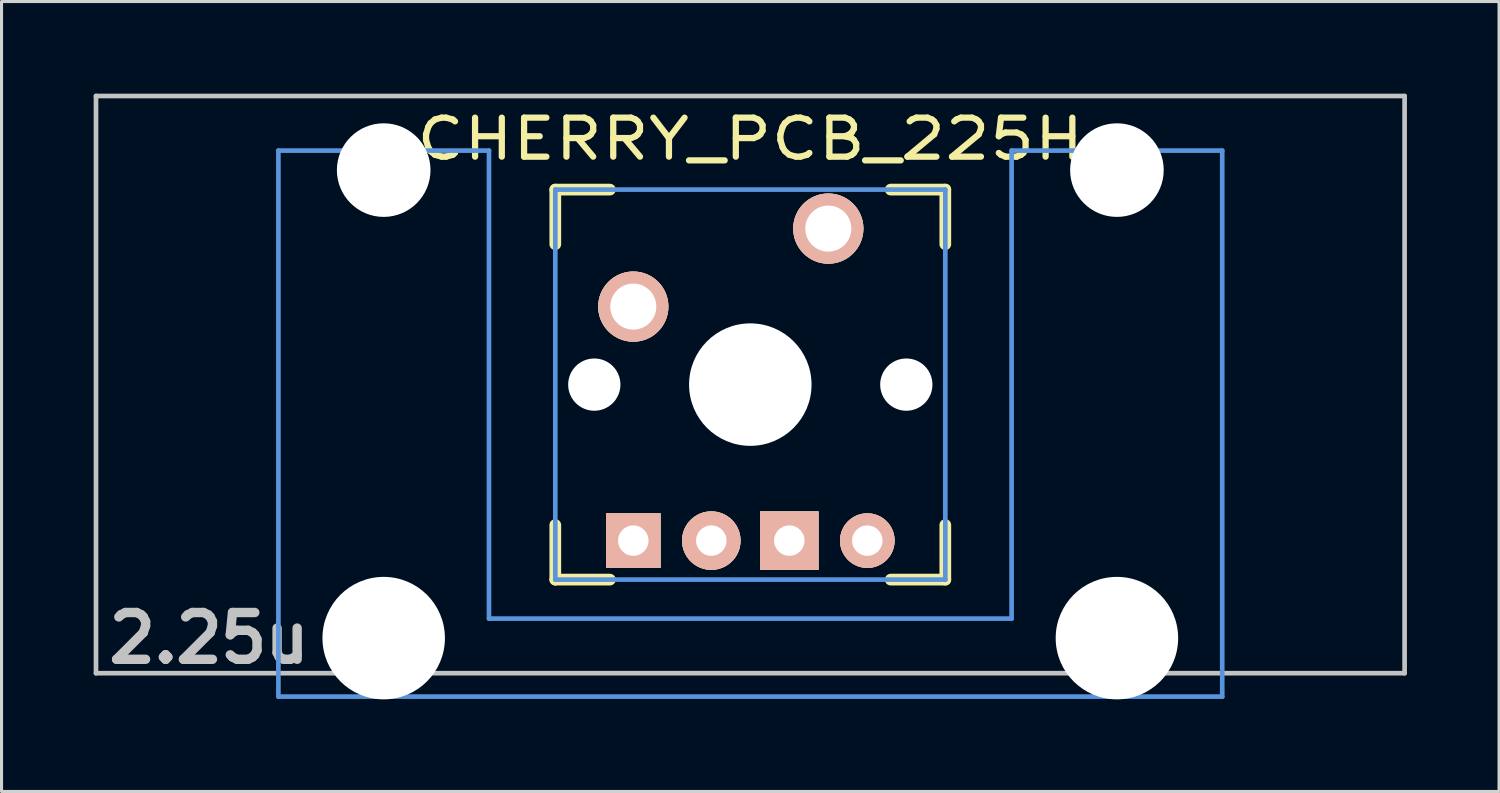
<source format=kicad_pcb>
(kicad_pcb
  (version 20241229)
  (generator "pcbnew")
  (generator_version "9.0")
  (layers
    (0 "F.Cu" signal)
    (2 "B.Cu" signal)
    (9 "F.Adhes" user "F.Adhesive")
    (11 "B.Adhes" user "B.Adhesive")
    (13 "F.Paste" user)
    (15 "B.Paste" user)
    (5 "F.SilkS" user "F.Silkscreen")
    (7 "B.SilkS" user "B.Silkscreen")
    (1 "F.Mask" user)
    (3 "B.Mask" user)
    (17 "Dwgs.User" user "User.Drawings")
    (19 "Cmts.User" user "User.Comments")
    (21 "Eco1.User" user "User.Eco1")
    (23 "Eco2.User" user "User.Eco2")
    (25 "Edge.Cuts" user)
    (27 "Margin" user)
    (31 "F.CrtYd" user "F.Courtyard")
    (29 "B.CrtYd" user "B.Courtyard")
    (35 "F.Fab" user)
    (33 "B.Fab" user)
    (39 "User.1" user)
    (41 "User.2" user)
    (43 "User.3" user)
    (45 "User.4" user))
  (footprint "CHERRY_PCB_225H"
    (layer "F.Cu")
    (at 21.382 9.474)
    (property "Reference" "CHERRY_PCB_225H" (at 0 -8 0) (layer "F.SilkS") (effects (font (size 1.27 1.524) (thickness 0.203))))
    (attr through_hole)
    (fp_line (start -6.35 -6.35) (end -4.572 -6.35) (stroke (width 0.381) (type solid)) (layer "F.SilkS"))
    (fp_line (start -6.35 -4.572) (end -6.35 -6.35) (stroke (width 0.381) (type solid)) (layer "F.SilkS"))
    (fp_line (start -6.35 6.35) (end -6.35 4.572) (stroke (width 0.381) (type solid)) (layer "F.SilkS"))
    (fp_line (start -4.572 6.35) (end -6.35 6.35) (stroke (width 0.381) (type solid)) (layer "F.SilkS"))
    (fp_line (start 4.572 -6.35) (end 6.35 -6.35) (stroke (width 0.381) (type solid)) (layer "F.SilkS"))
    (fp_line (start 6.35 -6.35) (end 6.35 -4.572) (stroke (width 0.381) (type solid)) (layer "F.SilkS"))
    (fp_line (start 6.35 4.572) (end 6.35 6.35) (stroke (width 0.381) (type solid)) (layer "F.SilkS"))
    (fp_line (start 6.35 6.35) (end 4.572 6.35) (stroke (width 0.381) (type solid)) (layer "F.SilkS"))
    (fp_line (start -21.306 -9.398) (end 21.306 -9.398) (stroke (width 0.152) (type solid)) (layer "Dwgs.User"))
    (fp_line (start -21.306 9.398) (end -21.306 -9.398) (stroke (width 0.152) (type solid)) (layer "Dwgs.User"))
    (fp_line (start 21.306 -9.398) (end 21.306 9.398) (stroke (width 0.152) (type solid)) (layer "Dwgs.User"))
    (fp_line (start 21.306 9.398) (end -21.306 9.398) (stroke (width 0.152) (type solid)) (layer "Dwgs.User"))
    (fp_line (start -15.367 -7.62) (end -15.367 10.16) (stroke (width 0.152) (type solid)) (layer "Cmts.User"))
    (fp_line (start -15.367 10.16) (end 15.367 10.16) (stroke (width 0.152) (type solid)) (layer "Cmts.User"))
    (fp_line (start -8.509 -7.62) (end -15.367 -7.62) (stroke (width 0.152) (type solid)) (layer "Cmts.User"))
    (fp_line (start -8.509 7.62) (end -8.509 -7.62) (stroke (width 0.152) (type solid)) (layer "Cmts.User"))
    (fp_line (start -6.35 -6.35) (end 6.35 -6.35) (stroke (width 0.152) (type solid)) (layer "Cmts.User"))
    (fp_line (start -6.35 6.35) (end -6.35 -6.35) (stroke (width 0.152) (type solid)) (layer "Cmts.User"))
    (fp_line (start 6.35 -6.35) (end 6.35 6.35) (stroke (width 0.152) (type solid)) (layer "Cmts.User"))
    (fp_line (start 6.35 6.35) (end -6.35 6.35) (stroke (width 0.152) (type solid)) (layer "Cmts.User"))
    (fp_line (start 8.509 -7.62) (end 8.509 7.62) (stroke (width 0.152) (type solid)) (layer "Cmts.User"))
    (fp_line (start 8.509 7.62) (end -8.509 7.62) (stroke (width 0.152) (type solid)) (layer "Cmts.User"))
    (fp_line (start 15.367 -7.62) (end 8.509 -7.62) (stroke (width 0.152) (type solid)) (layer "Cmts.User"))
    (fp_line (start 15.367 10.16) (end 15.367 -7.62) (stroke (width 0.152) (type solid)) (layer "Cmts.User"))
    (fp_line (start -16.129 -2.286) (end -15.265 -2.286) (stroke (width 0.152) (type solid)) (layer "Eco2.User"))
    (fp_line (start -16.129 0.508) (end -16.129 -2.286) (stroke (width 0.152) (type solid)) (layer "Eco2.User"))
    (fp_line (start -15.265 -5.69) (end -8.611 -5.69) (stroke (width 0.152) (type solid)) (layer "Eco2.User"))
    (fp_line (start -15.265 -2.286) (end -15.265 -5.69) (stroke (width 0.152) (type solid)) (layer "Eco2.User"))
    (fp_line (start -15.265 0.508) (end -16.129 0.508) (stroke (width 0.152) (type solid)) (layer "Eco2.User"))
    (fp_line (start -15.265 6.604) (end -15.265 0.508) (stroke (width 0.152) (type solid)) (layer "Eco2.User"))
    (fp_line (start -14.224 6.604) (end -15.265 6.604) (stroke (width 0.152) (type solid)) (layer "Eco2.User"))
    (fp_line (start -14.224 7.772) (end -14.224 6.604) (stroke (width 0.152) (type solid)) (layer "Eco2.User"))
    (fp_line (start -9.652 6.604) (end -9.652 7.772) (stroke (width 0.152) (type solid)) (layer "Eco2.User"))
    (fp_line (start -9.652 7.772) (end -14.224 7.772) (stroke (width 0.152) (type solid)) (layer "Eco2.User"))
    (fp_line (start -8.611 -5.69) (end -8.611 -4.877) (stroke (width 0.152) (type solid)) (layer "Eco2.User"))
    (fp_line (start -8.611 -4.877) (end -6.985 -4.877) (stroke (width 0.152) (type solid)) (layer "Eco2.User"))
    (fp_line (start -8.611 5.817) (end -8.611 6.604) (stroke (width 0.152) (type solid)) (layer "Eco2.User"))
    (fp_line (start -8.611 6.604) (end -9.652 6.604) (stroke (width 0.152) (type solid)) (layer "Eco2.User"))
    (fp_line (start -6.985 -6.985) (end 6.985 -6.985) (stroke (width 0.152) (type solid)) (layer "Eco2.User"))
    (fp_line (start -6.985 -4.877) (end -6.985 -6.985) (stroke (width 0.152) (type solid)) (layer "Eco2.User"))
    (fp_line (start -6.985 5.817) (end -8.611 5.817) (stroke (width 0.152) (type solid)) (layer "Eco2.User"))
    (fp_line (start -6.985 6.985) (end -6.985 5.817) (stroke (width 0.152) (type solid)) (layer "Eco2.User"))
    (fp_line (start 6.985 -6.985) (end 6.985 -4.877) (stroke (width 0.152) (type solid)) (layer "Eco2.User"))
    (fp_line (start 6.985 -4.877) (end 8.611 -4.877) (stroke (width 0.152) (type solid)) (layer "Eco2.User"))
    (fp_line (start 6.985 5.817) (end 6.985 6.985) (stroke (width 0.152) (type solid)) (layer "Eco2.User"))
    (fp_line (start 6.985 6.985) (end -6.985 6.985) (stroke (width 0.152) (type solid)) (layer "Eco2.User"))
    (fp_line (start 8.611 -5.69) (end 15.265 -5.69) (stroke (width 0.152) (type solid)) (layer "Eco2.User"))
    (fp_line (start 8.611 -4.877) (end 8.611 -5.69) (stroke (width 0.152) (type solid)) (layer "Eco2.User"))
    (fp_line (start 8.611 5.817) (end 6.985 5.817) (stroke (width 0.152) (type solid)) (layer "Eco2.User"))
    (fp_line (start 8.611 6.604) (end 8.611 5.817) (stroke (width 0.152) (type solid)) (layer "Eco2.User"))
    (fp_line (start 9.652 6.604) (end 8.611 6.604) (stroke (width 0.152) (type solid)) (layer "Eco2.User"))
    (fp_line (start 9.652 7.772) (end 9.652 6.604) (stroke (width 0.152) (type solid)) (layer "Eco2.User"))
    (fp_line (start 14.224 6.604) (end 14.224 7.772) (stroke (width 0.152) (type solid)) (layer "Eco2.User"))
    (fp_line (start 14.224 7.772) (end 9.652 7.772) (stroke (width 0.152) (type solid)) (layer "Eco2.User"))
    (fp_line (start 15.265 -5.69) (end 15.265 -2.286) (stroke (width 0.152) (type solid)) (layer "Eco2.User"))
    (fp_line (start 15.265 -2.286) (end 16.129 -2.286) (stroke (width 0.152) (type solid)) (layer "Eco2.User"))
    (fp_line (start 15.265 0.508) (end 15.265 6.604) (stroke (width 0.152) (type solid)) (layer "Eco2.User"))
    (fp_line (start 15.265 6.604) (end 14.224 6.604) (stroke (width 0.152) (type solid)) (layer "Eco2.User"))
    (fp_line (start 16.129 -2.286) (end 16.129 0.508) (stroke (width 0.152) (type solid)) (layer "Eco2.User"))
    (fp_line (start 16.129 0.508) (end 15.265 0.508) (stroke (width 0.152) (type solid)) (layer "Eco2.User"))
    (fp_text user "2.25u" (at -17.623 8.255 0) (layer "Dwgs.User") (effects (font (size 1.524 1.524) (thickness 0.305))))
    (pad "" np_thru_hole circle (at -11.938 -6.985) (size 3.048 3.048) (drill 3.048) (layers "*.Cu"))
    (pad "" np_thru_hole circle (at -11.938 8.255) (size 3.988 3.988) (drill 3.988) (layers "*.Cu"))
    (pad "" np_thru_hole circle (at -5.08 0) (size 1.702 1.702) (drill 1.702) (layers "*.Cu"))
    (pad "" np_thru_hole circle (at 0 0) (size 3.988 3.988) (drill 3.988) (layers "*.Cu"))
    (pad "" np_thru_hole circle (at 5.08 0) (size 1.702 1.702) (drill 1.702) (layers "*.Cu"))
    (pad "" np_thru_hole circle (at 11.938 -6.985) (size 3.048 3.048) (drill 3.048) (layers "*.Cu"))
    (pad "" np_thru_hole circle (at 11.938 8.255) (size 3.988 3.988) (drill 3.988) (layers "*.Cu"))
    (pad "1" thru_hole circle (at 2.54 -5.08) (size 2.286 2.286) (drill 1.499) (layers "*.Cu" "*.SilkS" "*.Mask"))
    (pad "2" thru_hole circle (at -3.81 -2.54) (size 2.286 2.286) (drill 1.499) (layers "*.Cu" "*.SilkS" "*.Mask"))
    (pad "3" thru_hole rect (at -3.81 5.08) (size 1.778 1.778) (drill 0.991) (layers "*.Cu" "*.SilkS" "*.Mask"))
    (pad "4" thru_hole circle (at 3.81 5.08) (size 1.778 1.778) (drill 0.991) (layers "*.Cu" "*.SilkS" "*.Mask"))
    (pad "5" thru_hole circle (at -1.27 5.08) (size 1.905 1.905) (drill 0.991) (layers "*.Cu" "*.SilkS" "*.Mask"))
    (pad "6" thru_hole rect (at 1.27 5.08) (size 1.905 1.905) (drill 0.991) (layers "*.Cu" "*.SilkS" "*.Mask")))
  (gr_rect
    (start -3 -3)
    (end 45.763 22.723)
    (stroke (width 0.1) (type default))
    (fill no)
    (layer "Edge.Cuts")))
</source>
